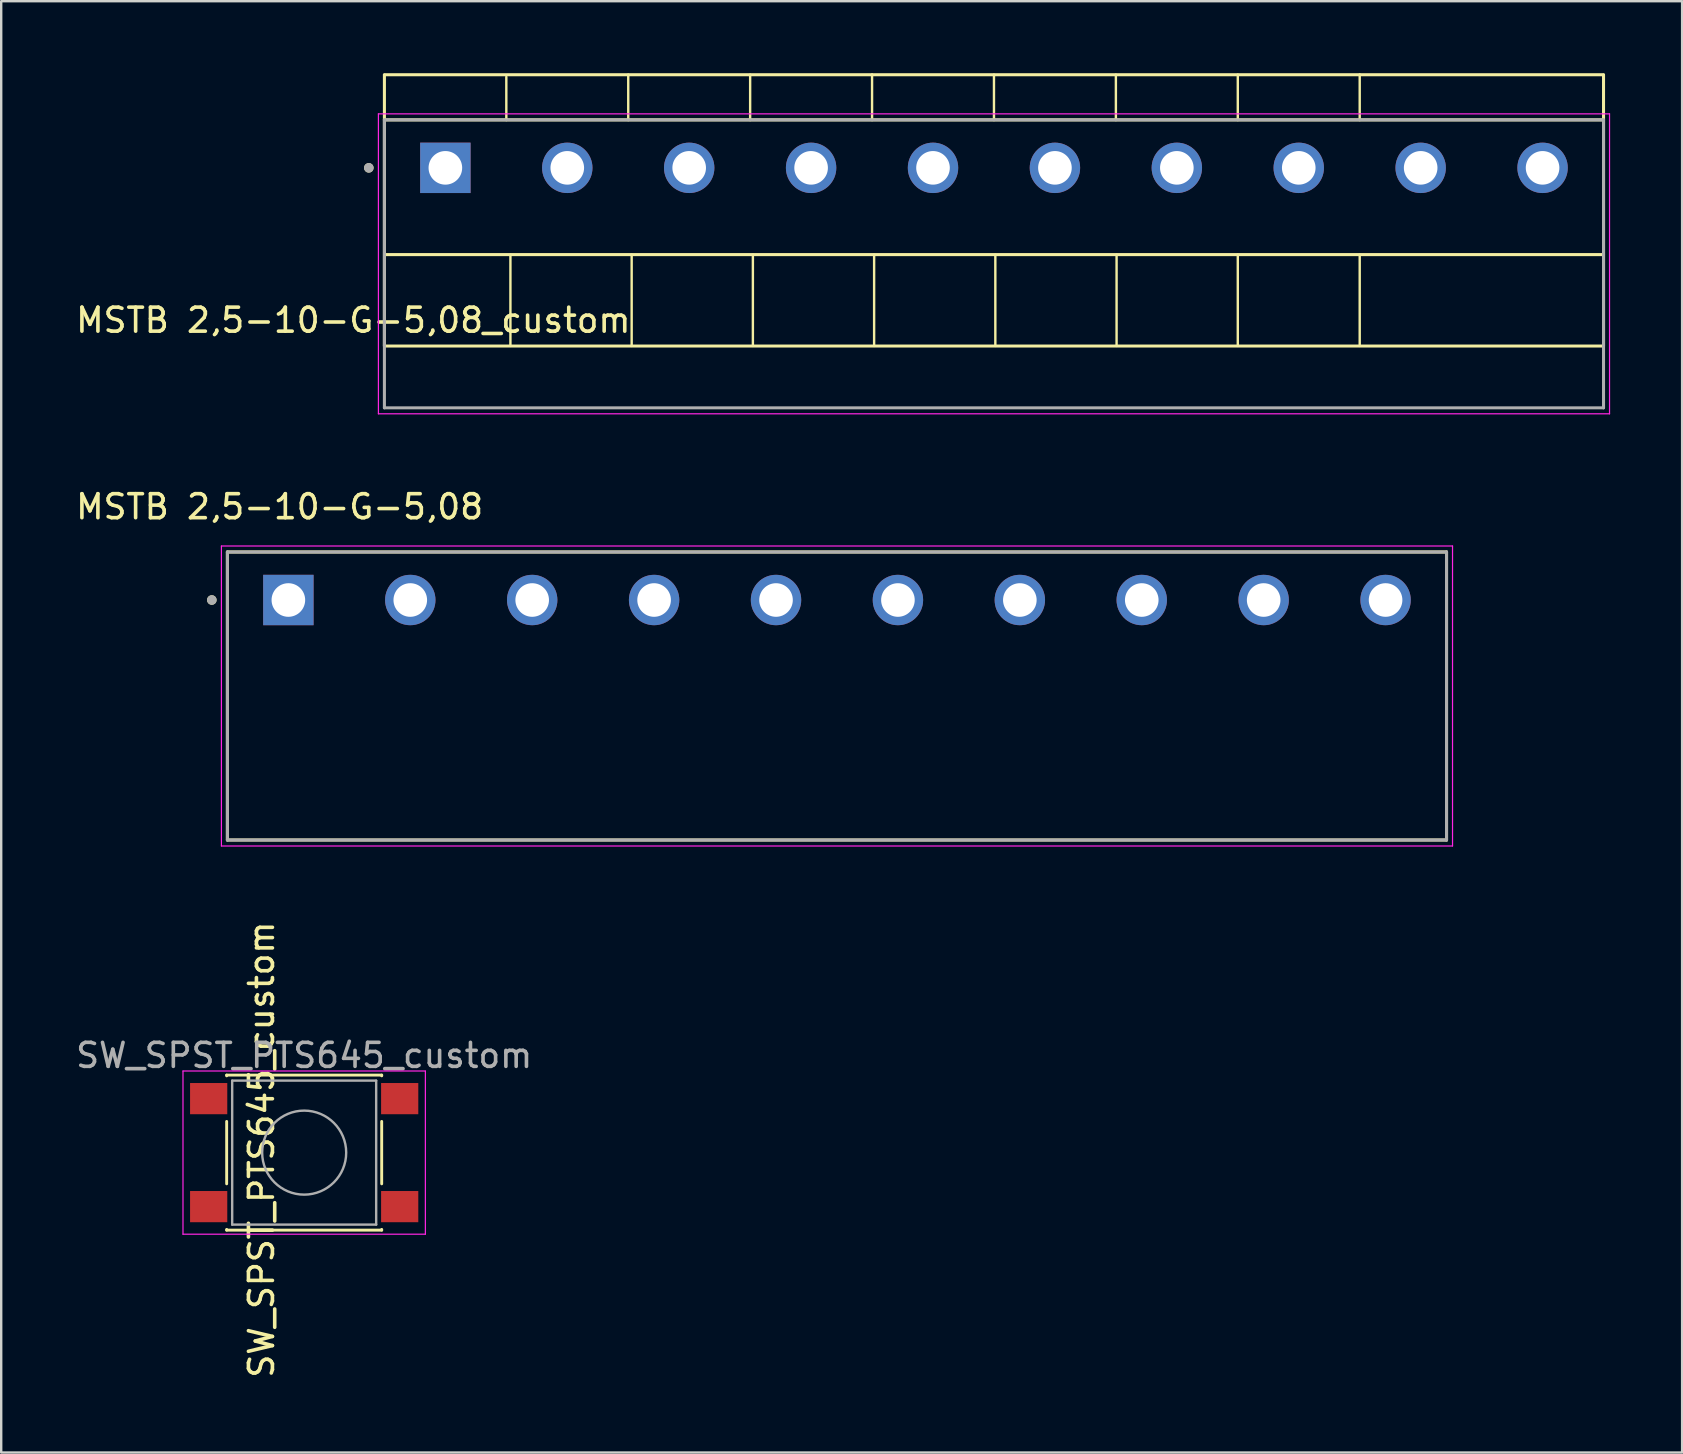
<source format=kicad_pcb>
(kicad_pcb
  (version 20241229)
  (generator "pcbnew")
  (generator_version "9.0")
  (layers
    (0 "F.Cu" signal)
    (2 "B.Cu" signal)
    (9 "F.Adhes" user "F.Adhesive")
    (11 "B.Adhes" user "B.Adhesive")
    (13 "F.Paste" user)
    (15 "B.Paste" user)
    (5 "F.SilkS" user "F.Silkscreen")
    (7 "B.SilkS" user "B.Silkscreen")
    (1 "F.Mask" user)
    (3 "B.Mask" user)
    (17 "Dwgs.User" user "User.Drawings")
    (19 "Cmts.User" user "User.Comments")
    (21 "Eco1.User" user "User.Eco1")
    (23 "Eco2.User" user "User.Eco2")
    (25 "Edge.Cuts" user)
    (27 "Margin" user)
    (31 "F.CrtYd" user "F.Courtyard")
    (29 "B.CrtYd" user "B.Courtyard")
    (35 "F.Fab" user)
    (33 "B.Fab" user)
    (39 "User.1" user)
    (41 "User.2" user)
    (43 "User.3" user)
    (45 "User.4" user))
  (footprint "SW_SPST_PTS645_custom"
    (layer "F.Cu")
    (at 9.625 44.979)
    (property "Reference" "SW_SPST_PTS645_custom" (at -1.778 -0.127 90) (layer "F.SilkS") (effects (font (size 1 1) (thickness 0.15))))
    (attr smd)
    (fp_line (start -3.23 -3.23) (end 3.23 -3.23) (stroke (width 0.12) (type solid)) (layer "F.SilkS"))
    (fp_line (start -3.23 -3.2) (end -3.23 -3.23) (stroke (width 0.12) (type solid)) (layer "F.SilkS"))
    (fp_line (start -3.23 -1.3) (end -3.23 1.3) (stroke (width 0.12) (type solid)) (layer "F.SilkS"))
    (fp_line (start -3.23 3.23) (end -3.23 3.2) (stroke (width 0.12) (type solid)) (layer "F.SilkS"))
    (fp_line (start -3.23 3.23) (end 3.23 3.23) (stroke (width 0.12) (type solid)) (layer "F.SilkS"))
    (fp_line (start 3.23 -3.23) (end 3.23 -3.2) (stroke (width 0.12) (type solid)) (layer "F.SilkS"))
    (fp_line (start 3.23 -1.3) (end 3.23 1.3) (stroke (width 0.12) (type solid)) (layer "F.SilkS"))
    (fp_line (start 3.23 3.23) (end 3.23 3.2) (stroke (width 0.12) (type solid)) (layer "F.SilkS"))
    (fp_line (start -5.05 -3.4) (end -5.05 3.4) (stroke (width 0.05) (type solid)) (layer "F.CrtYd"))
    (fp_line (start -5.05 -3.4) (end 5.05 -3.4) (stroke (width 0.05) (type solid)) (layer "F.CrtYd"))
    (fp_line (start -5.05 3.4) (end 5.05 3.4) (stroke (width 0.05) (type solid)) (layer "F.CrtYd"))
    (fp_line (start 5.05 3.4) (end 5.05 -3.4) (stroke (width 0.05) (type solid)) (layer "F.CrtYd"))
    (fp_line (start -3 -3) (end -3 3) (stroke (width 0.1) (type solid)) (layer "F.Fab"))
    (fp_line (start -3 3) (end 3 3) (stroke (width 0.1) (type solid)) (layer "F.Fab"))
    (fp_line (start 3 -3) (end -3 -3) (stroke (width 0.1) (type solid)) (layer "F.Fab"))
    (fp_line (start 3 3) (end 3 -3) (stroke (width 0.1) (type solid)) (layer "F.Fab"))
    (fp_circle (center 0 0) (end 1.75 -0.05) (stroke (width 0.1) (type solid)) (fill no) (layer "F.Fab"))
    (fp_text user "${REFERENCE}" (at 0 -4.05 180) (layer "F.Fab") (effects (font (size 1 1) (thickness 0.15))))
    (pad "1" smd rect (at -3.98 -2.25) (size 1.55 1.3) (layers "F.Cu" "F.Mask" "F.Paste"))
    (pad "2" smd rect (at -3.98 2.25) (size 1.55 1.3) (layers "F.Cu" "F.Mask" "F.Paste"))
    (pad "3" smd rect (at 3.98 -2.25) (size 1.55 1.3) (layers "F.Cu" "F.Mask" "F.Paste"))
    (pad "4" smd rect (at 3.98 2.25) (size 1.55 1.3) (layers "F.Cu" "F.Mask" "F.Paste")))
  (footprint "MSTB 2,5-10-G-5,08_custom"
    (layer "F.Cu")
    (at 12.968 13.944)
    (property "Reference" "MSTB 2,5-10-G-5,08_custom" (at -1.295 -3.65 0) (layer "F.SilkS") (effects (font (size 1 1) (thickness 0.15))))
    (attr through_hole)
    (fp_line (start 0 -2.591) (end 0 -13.868) (stroke (width 0.127) (type solid)) (layer "F.SilkS"))
    (fp_line (start 5.08 -11.989) (end 5.08 -13.792) (stroke (width 0.1) (type default)) (layer "F.SilkS"))
    (fp_line (start 5.251 -2.58) (end 5.251 -6.38) (stroke (width 0.1) (type default)) (layer "F.SilkS"))
    (fp_line (start 10.16 -11.989) (end 10.16 -13.884) (stroke (width 0.1) (type default)) (layer "F.SilkS"))
    (fp_line (start 10.303 -2.58) (end 10.303 -6.38) (stroke (width 0.1) (type default)) (layer "F.SilkS"))
    (fp_line (start 15.24 -11.989) (end 15.24 -13.884) (stroke (width 0.1) (type default)) (layer "F.SilkS"))
    (fp_line (start 15.354 -2.58) (end 15.354 -6.38) (stroke (width 0.1) (type default)) (layer "F.SilkS"))
    (fp_line (start 20.32 -11.989) (end 20.32 -13.894) (stroke (width 0.1) (type default)) (layer "F.SilkS"))
    (fp_line (start 20.406 -2.58) (end 20.406 -6.38) (stroke (width 0.1) (type default)) (layer "F.SilkS"))
    (fp_line (start 25.4 -11.989) (end 25.4 -13.884) (stroke (width 0.1) (type default)) (layer "F.SilkS"))
    (fp_line (start 25.457 -2.58) (end 25.457 -6.38) (stroke (width 0.1) (type default)) (layer "F.SilkS"))
    (fp_line (start 30.48 -11.989) (end 30.48 -13.884) (stroke (width 0.1) (type default)) (layer "F.SilkS"))
    (fp_line (start 30.509 -2.58) (end 30.509 -6.38) (stroke (width 0.1) (type default)) (layer "F.SilkS"))
    (fp_line (start 35.56 -11.989) (end 35.56 -13.884) (stroke (width 0.1) (type default)) (layer "F.SilkS"))
    (fp_line (start 35.56 -2.58) (end 35.56 -6.38) (stroke (width 0.1) (type default)) (layer "F.SilkS"))
    (fp_line (start 40.64 -11.989) (end 40.64 -13.894) (stroke (width 0.1) (type default)) (layer "F.SilkS"))
    (fp_line (start 40.64 -2.58) (end 40.64 -6.38) (stroke (width 0.1) (type default)) (layer "F.SilkS"))
    (fp_line (start 50.8 -13.879) (end 0 -13.879) (stroke (width 0.127) (type solid)) (layer "F.SilkS"))
    (fp_line (start 50.8 -13.868) (end 50.8 -2.591) (stroke (width 0.127) (type solid)) (layer "F.SilkS"))
    (fp_line (start 50.8 -12) (end 0 -12) (stroke (width 0.127) (type solid)) (layer "F.SilkS"))
    (fp_line (start 50.8 -6.385) (end 0.025 -6.385) (stroke (width 0.127) (type solid)) (layer "F.SilkS"))
    (fp_line (start 50.8 -2.575) (end 0 -2.575) (stroke (width 0.127) (type solid)) (layer "F.SilkS"))
    (fp_circle (center -0.65 -10) (end -0.55 -10) (stroke (width 0.2) (type solid)) (fill no) (layer "F.SilkS"))
    (fp_line (start -0.25 -12.25) (end 51.05 -12.25) (stroke (width 0.05) (type solid)) (layer "F.CrtYd"))
    (fp_line (start -0.25 0.25) (end -0.25 -12.25) (stroke (width 0.05) (type solid)) (layer "F.CrtYd"))
    (fp_line (start 51.05 -12.25) (end 51.05 0.25) (stroke (width 0.05) (type solid)) (layer "F.CrtYd"))
    (fp_line (start 51.05 0.25) (end -0.25 0.25) (stroke (width 0.05) (type solid)) (layer "F.CrtYd"))
    (fp_line (start 0 -12) (end 50.8 -12) (stroke (width 0.127) (type solid)) (layer "F.Fab"))
    (fp_line (start 0 0) (end 0 -12) (stroke (width 0.127) (type solid)) (layer "F.Fab"))
    (fp_line (start 50.8 -12) (end 50.8 0) (stroke (width 0.127) (type solid)) (layer "F.Fab"))
    (fp_line (start 50.8 0) (end 0 0) (stroke (width 0.127) (type solid)) (layer "F.Fab"))
    (fp_circle (center -0.65 -10) (end -0.55 -10) (stroke (width 0.2) (type solid)) (fill no) (layer "F.Fab"))
    (pad "1" thru_hole rect (at 2.54 -10) (size 2.1 2.1) (drill 1.4) (layers "*.Cu" "*.Mask"))
    (pad "2" thru_hole circle (at 7.62 -10) (size 2.1 2.1) (drill 1.4) (layers "*.Cu" "*.Mask"))
    (pad "3" thru_hole circle (at 12.7 -10) (size 2.1 2.1) (drill 1.4) (layers "*.Cu" "*.Mask"))
    (pad "4" thru_hole circle (at 17.78 -10) (size 2.1 2.1) (drill 1.4) (layers "*.Cu" "*.Mask"))
    (pad "5" thru_hole circle (at 22.86 -10) (size 2.1 2.1) (drill 1.4) (layers "*.Cu" "*.Mask"))
    (pad "6" thru_hole circle (at 27.94 -10) (size 2.1 2.1) (drill 1.4) (layers "*.Cu" "*.Mask"))
    (pad "7" thru_hole circle (at 33.02 -10) (size 2.1 2.1) (drill 1.4) (layers "*.Cu" "*.Mask"))
    (pad "8" thru_hole circle (at 38.1 -10) (size 2.1 2.1) (drill 1.4) (layers "*.Cu" "*.Mask"))
    (pad "9" thru_hole circle (at 43.18 -10) (size 2.1 2.1) (drill 1.4) (layers "*.Cu" "*.Mask"))
    (pad "10" thru_hole circle (at 48.26 -10) (size 2.1 2.1) (drill 1.4) (layers "*.Cu" "*.Mask")))
  (footprint "MSTB 2,5-10-G-5,08"
    (layer "F.Cu")
    (at 6.426 31.952)
    (property "Reference" "MSTB 2,5-10-G-5,08" (at 2.175 -13.885 0) (layer "F.SilkS") (effects (font (size 1 1) (thickness 0.15))))
    (attr through_hole)
    (fp_line (start 0 0) (end 0 -12) (stroke (width 0.127) (type solid)) (layer "F.SilkS"))
    (fp_line (start 50.8 -12) (end 0 -12) (stroke (width 0.127) (type solid)) (layer "F.SilkS"))
    (fp_line (start 50.8 -12) (end 50.8 0) (stroke (width 0.127) (type solid)) (layer "F.SilkS"))
    (fp_line (start 50.8 0) (end 0 0) (stroke (width 0.127) (type solid)) (layer "F.SilkS"))
    (fp_circle (center -0.65 -10) (end -0.55 -10) (stroke (width 0.2) (type solid)) (fill no) (layer "F.SilkS"))
    (fp_line (start -0.25 -12.25) (end 51.05 -12.25) (stroke (width 0.05) (type solid)) (layer "F.CrtYd"))
    (fp_line (start -0.25 0.25) (end -0.25 -12.25) (stroke (width 0.05) (type solid)) (layer "F.CrtYd"))
    (fp_line (start 51.05 -12.25) (end 51.05 0.25) (stroke (width 0.05) (type solid)) (layer "F.CrtYd"))
    (fp_line (start 51.05 0.25) (end -0.25 0.25) (stroke (width 0.05) (type solid)) (layer "F.CrtYd"))
    (fp_line (start 0 -12) (end 50.8 -12) (stroke (width 0.127) (type solid)) (layer "F.Fab"))
    (fp_line (start 0 0) (end 0 -12) (stroke (width 0.127) (type solid)) (layer "F.Fab"))
    (fp_line (start 50.8 -12) (end 50.8 0) (stroke (width 0.127) (type solid)) (layer "F.Fab"))
    (fp_line (start 50.8 0) (end 0 0) (stroke (width 0.127) (type solid)) (layer "F.Fab"))
    (fp_circle (center -0.65 -10) (end -0.55 -10) (stroke (width 0.2) (type solid)) (fill no) (layer "F.Fab"))
    (pad "01" thru_hole rect (at 2.54 -10) (size 2.1 2.1) (drill 1.4) (layers "*.Cu" "*.Mask"))
    (pad "02" thru_hole circle (at 7.62 -10) (size 2.1 2.1) (drill 1.4) (layers "*.Cu" "*.Mask"))
    (pad "03" thru_hole circle (at 12.7 -10) (size 2.1 2.1) (drill 1.4) (layers "*.Cu" "*.Mask"))
    (pad "04" thru_hole circle (at 17.78 -10) (size 2.1 2.1) (drill 1.4) (layers "*.Cu" "*.Mask"))
    (pad "05" thru_hole circle (at 22.86 -10) (size 2.1 2.1) (drill 1.4) (layers "*.Cu" "*.Mask"))
    (pad "06" thru_hole circle (at 27.94 -10) (size 2.1 2.1) (drill 1.4) (layers "*.Cu" "*.Mask"))
    (pad "07" thru_hole circle (at 33.02 -10) (size 2.1 2.1) (drill 1.4) (layers "*.Cu" "*.Mask"))
    (pad "08" thru_hole circle (at 38.1 -10) (size 2.1 2.1) (drill 1.4) (layers "*.Cu" "*.Mask"))
    (pad "09" thru_hole circle (at 43.18 -10) (size 2.1 2.1) (drill 1.4) (layers "*.Cu" "*.Mask"))
    (pad "10" thru_hole circle (at 48.26 -10) (size 2.1 2.1) (drill 1.4) (layers "*.Cu" "*.Mask")))
  (gr_rect
    (start -3 -3)
    (end 67.043 57.477)
    (stroke (width 0.1) (type default))
    (fill no)
    (layer "Edge.Cuts")))
</source>
